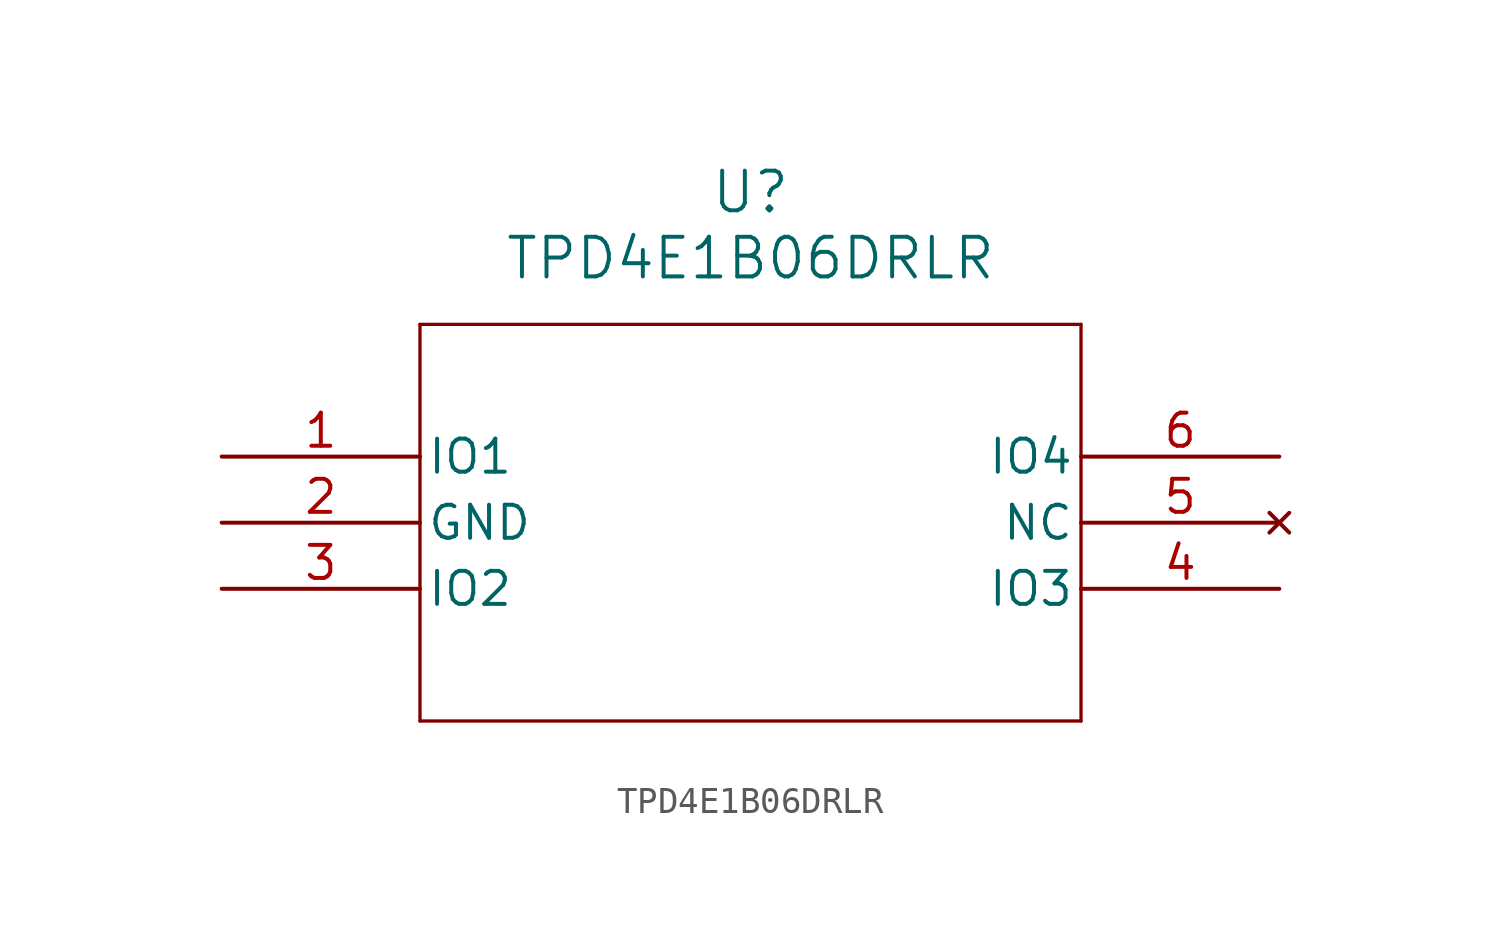
<source format=kicad_sym>
(kicad_symbol_lib
  (version 20211014)
  (generator kicad_symbol_editor)
  (symbol "TPD4E1B06DRLR"
    (pin_names
      (offset 0.254))
    (property "Reference" "U"
      (at 20.32 10.16 0)
      (effects (font (size 1.524 1.524))))
    (property "Value" "TPD4E1B06DRLR"
      (at 20.32 7.62 0)
      (effects (font (size 1.524 1.524))))
    (symbol "TPD4E1B06DRLR_0_1"
      (polyline (pts (xy 7.62 5.08) (xy 7.62 -10.16)) (stroke (width 0.127) (type default) (color 0 0 0 0)) (fill (type none)))
      (polyline (pts (xy 7.62 -10.16) (xy 33.02 -10.16)) (stroke (width 0.127) (type default) (color 0 0 0 0)) (fill (type none)))
      (polyline (pts (xy 33.02 -10.16) (xy 33.02 5.08)) (stroke (width 0.127) (type default) (color 0 0 0 0)) (fill (type none)))
      (polyline (pts (xy 33.02 5.08) (xy 7.62 5.08)) (stroke (width 0.127) (type default) (color 0 0 0 0)) (fill (type none)))
      (pin bidirectional line (at 0 0 0) (length 7.62) (name "IO1" (effects (font (size 1.27 1.27)))) (number "1" (effects (font (size 1.27 1.27)))))
      (pin power_in line (at 0 -2.54 0) (length 7.62) (name "GND" (effects (font (size 1.27 1.27)))) (number "2" (effects (font (size 1.27 1.27)))))
      (pin bidirectional line (at 0 -5.08 0) (length 7.62) (name "IO2" (effects (font (size 1.27 1.27)))) (number "3" (effects (font (size 1.27 1.27)))))
      (pin bidirectional line (at 40.64 -5.08 180) (length 7.62) (name "IO3" (effects (font (size 1.27 1.27)))) (number "4" (effects (font (size 1.27 1.27)))))
      (pin no_connect line (at 40.64 -2.54 180) (length 7.62) (name "NC" (effects (font (size 1.27 1.27)))) (number "5" (effects (font (size 1.27 1.27)))))
      (pin bidirectional line (at 40.64 0 180) (length 7.62) (name "IO4" (effects (font (size 1.27 1.27)))) (number "6" (effects (font (size 1.27 1.27))))))))
</source>
